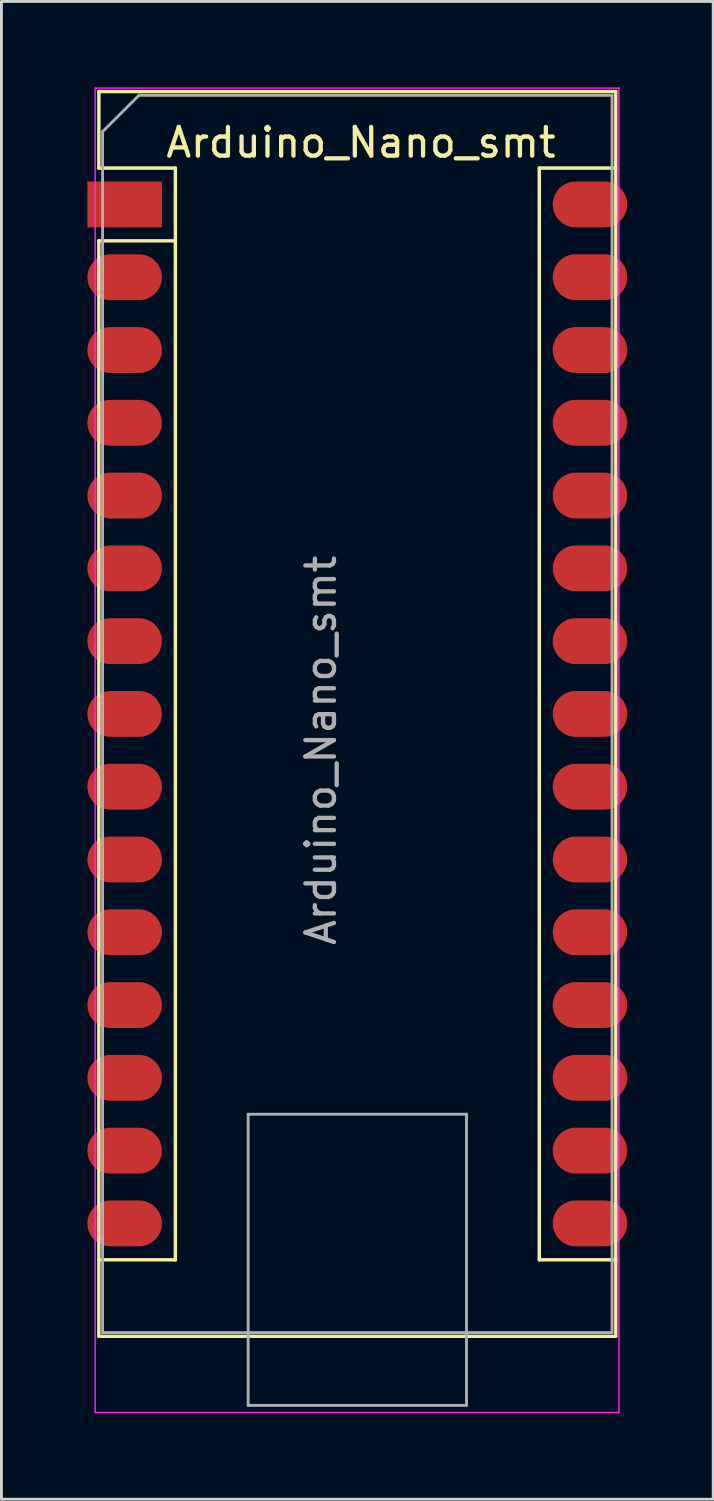
<source format=kicad_pcb>
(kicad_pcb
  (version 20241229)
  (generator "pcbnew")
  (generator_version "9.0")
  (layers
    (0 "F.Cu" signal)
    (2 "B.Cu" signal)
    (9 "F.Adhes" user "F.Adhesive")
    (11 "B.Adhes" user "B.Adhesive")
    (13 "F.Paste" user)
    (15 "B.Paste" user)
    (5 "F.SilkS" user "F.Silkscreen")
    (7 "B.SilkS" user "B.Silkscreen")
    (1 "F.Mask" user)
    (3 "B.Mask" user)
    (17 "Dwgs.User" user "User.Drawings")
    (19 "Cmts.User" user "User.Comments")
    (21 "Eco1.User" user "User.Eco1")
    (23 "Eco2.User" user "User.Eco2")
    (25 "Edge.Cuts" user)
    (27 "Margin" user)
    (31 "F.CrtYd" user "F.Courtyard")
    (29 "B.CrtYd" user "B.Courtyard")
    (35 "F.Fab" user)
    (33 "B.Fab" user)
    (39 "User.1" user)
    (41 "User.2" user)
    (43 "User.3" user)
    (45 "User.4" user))
  (footprint "Arduino_Nano_smt"
    (layer "F.Cu")
    (at 1.8 4.085)
    (property "Reference" "Arduino_Nano_smt" (at 7.747 -2.159 0) (layer "F.SilkS") (effects (font (size 1 1) (thickness 0.15))))
    (attr through_hole)
    (fp_line (start -1.4 -3.94) (end -1.4 -1.27) (stroke (width 0.12) (type solid)) (layer "F.SilkS"))
    (fp_line (start -1.4 1.27) (end -1.4 39.5) (stroke (width 0.12) (type solid)) (layer "F.SilkS"))
    (fp_line (start -1.4 39.5) (end 16.64 39.5) (stroke (width 0.12) (type solid)) (layer "F.SilkS"))
    (fp_line (start 1.27 -1.27) (end -1.4 -1.27) (stroke (width 0.12) (type solid)) (layer "F.SilkS"))
    (fp_line (start 1.27 1.27) (end -1.4 1.27) (stroke (width 0.12) (type solid)) (layer "F.SilkS"))
    (fp_line (start 1.27 1.27) (end 1.27 -1.27) (stroke (width 0.12) (type solid)) (layer "F.SilkS"))
    (fp_line (start 1.27 1.27) (end 1.27 36.83) (stroke (width 0.12) (type solid)) (layer "F.SilkS"))
    (fp_line (start 1.27 36.83) (end -1.4 36.83) (stroke (width 0.12) (type solid)) (layer "F.SilkS"))
    (fp_line (start 13.97 -1.27) (end 13.97 36.83) (stroke (width 0.12) (type solid)) (layer "F.SilkS"))
    (fp_line (start 13.97 -1.27) (end 16.64 -1.27) (stroke (width 0.12) (type solid)) (layer "F.SilkS"))
    (fp_line (start 13.97 36.83) (end 16.64 36.83) (stroke (width 0.12) (type solid)) (layer "F.SilkS"))
    (fp_line (start 16.64 -3.94) (end -1.4 -3.94) (stroke (width 0.12) (type solid)) (layer "F.SilkS"))
    (fp_line (start 16.64 39.5) (end 16.64 -3.94) (stroke (width 0.12) (type solid)) (layer "F.SilkS"))
    (fp_line (start -1.53 -4.06) (end -1.53 42.16) (stroke (width 0.05) (type solid)) (layer "F.CrtYd"))
    (fp_line (start -1.53 -4.06) (end 16.75 -4.06) (stroke (width 0.05) (type solid)) (layer "F.CrtYd"))
    (fp_line (start 16.75 42.16) (end -1.53 42.16) (stroke (width 0.05) (type solid)) (layer "F.CrtYd"))
    (fp_line (start 16.75 42.16) (end 16.75 -4.06) (stroke (width 0.05) (type solid)) (layer "F.CrtYd"))
    (fp_line (start -1.27 -2.54) (end 0 -3.81) (stroke (width 0.1) (type solid)) (layer "F.Fab"))
    (fp_line (start -1.27 39.37) (end -1.27 -2.54) (stroke (width 0.1) (type solid)) (layer "F.Fab"))
    (fp_line (start 0 -3.81) (end 16.51 -3.81) (stroke (width 0.1) (type solid)) (layer "F.Fab"))
    (fp_line (start 3.81 31.75) (end 11.43 31.75) (stroke (width 0.1) (type solid)) (layer "F.Fab"))
    (fp_line (start 3.81 41.91) (end 3.81 31.75) (stroke (width 0.1) (type solid)) (layer "F.Fab"))
    (fp_line (start 11.43 31.75) (end 11.43 41.91) (stroke (width 0.1) (type solid)) (layer "F.Fab"))
    (fp_line (start 11.43 41.91) (end 3.81 41.91) (stroke (width 0.1) (type solid)) (layer "F.Fab"))
    (fp_line (start 16.51 -3.81) (end 16.51 39.37) (stroke (width 0.1) (type solid)) (layer "F.Fab"))
    (fp_line (start 16.51 39.37) (end -1.27 39.37) (stroke (width 0.1) (type solid)) (layer "F.Fab"))
    (fp_text user "${REFERENCE}" (at 6.35 19.05 270) (layer "F.Fab") (effects (font (size 1 1) (thickness 0.15))))
    (pad "1" smd rect (at 0 0) (size 2.6 1.6) (drill (offset -0.5 0)) (layers "F.Cu" "F.Mask" "F.Paste"))
    (pad "2" smd oval (at 0 2.54) (size 2.6 1.6) (drill (offset -0.5 0)) (layers "F.Cu" "F.Mask" "F.Paste"))
    (pad "3" smd oval (at 0 5.08) (size 2.6 1.6) (drill (offset -0.5 0)) (layers "F.Cu" "F.Mask" "F.Paste"))
    (pad "4" smd oval (at 0 7.62) (size 2.6 1.6) (drill (offset -0.5 0)) (layers "F.Cu" "F.Mask" "F.Paste"))
    (pad "5" smd oval (at 0 10.16) (size 2.6 1.6) (drill (offset -0.5 0)) (layers "F.Cu" "F.Mask" "F.Paste"))
    (pad "6" smd oval (at 0 12.7) (size 2.6 1.6) (drill (offset -0.5 0)) (layers "F.Cu" "F.Mask" "F.Paste"))
    (pad "7" smd oval (at 0 15.24) (size 2.6 1.6) (drill (offset -0.5 0)) (layers "F.Cu" "F.Mask" "F.Paste"))
    (pad "8" smd oval (at 0 17.78) (size 2.6 1.6) (drill (offset -0.5 0)) (layers "F.Cu" "F.Mask" "F.Paste"))
    (pad "9" smd oval (at 0 20.32) (size 2.6 1.6) (drill (offset -0.5 0)) (layers "F.Cu" "F.Mask" "F.Paste"))
    (pad "10" smd oval (at 0 22.86) (size 2.6 1.6) (drill (offset -0.5 0)) (layers "F.Cu" "F.Mask" "F.Paste"))
    (pad "11" smd oval (at 0 25.4) (size 2.6 1.6) (drill (offset -0.5 0)) (layers "F.Cu" "F.Mask" "F.Paste"))
    (pad "12" smd oval (at 0 27.94) (size 2.6 1.6) (drill (offset -0.5 0)) (layers "F.Cu" "F.Mask" "F.Paste"))
    (pad "13" smd oval (at 0 30.48) (size 2.6 1.6) (drill (offset -0.5 0)) (layers "F.Cu" "F.Mask" "F.Paste"))
    (pad "14" smd oval (at 0 33.02) (size 2.6 1.6) (drill (offset -0.5 0)) (layers "F.Cu" "F.Mask" "F.Paste"))
    (pad "15" smd oval (at 0 35.56) (size 2.6 1.6) (drill (offset -0.5 0)) (layers "F.Cu" "F.Mask" "F.Paste"))
    (pad "16" smd oval (at 15.24 35.56) (size 2.6 1.6) (drill (offset 0.5 0)) (layers "F.Cu" "F.Mask" "F.Paste"))
    (pad "17" smd oval (at 15.24 33.02) (size 2.6 1.6) (drill (offset 0.5 0)) (layers "F.Cu" "F.Mask" "F.Paste"))
    (pad "18" smd oval (at 15.24 30.48) (size 2.6 1.6) (drill (offset 0.5 0)) (layers "F.Cu" "F.Mask" "F.Paste"))
    (pad "19" smd oval (at 15.24 27.94) (size 2.6 1.6) (drill (offset 0.5 0)) (layers "F.Cu" "F.Mask" "F.Paste"))
    (pad "20" smd oval (at 15.24 25.4) (size 2.6 1.6) (drill (offset 0.5 0)) (layers "F.Cu" "F.Mask" "F.Paste"))
    (pad "21" smd oval (at 15.24 22.86) (size 2.6 1.6) (drill (offset 0.5 0)) (layers "F.Cu" "F.Mask" "F.Paste"))
    (pad "22" smd oval (at 15.24 20.32) (size 2.6 1.6) (drill (offset 0.5 0)) (layers "F.Cu" "F.Mask" "F.Paste"))
    (pad "23" smd oval (at 15.24 17.78) (size 2.6 1.6) (drill (offset 0.5 0)) (layers "F.Cu" "F.Mask" "F.Paste"))
    (pad "24" smd oval (at 15.24 15.24) (size 2.6 1.6) (drill (offset 0.5 0)) (layers "F.Cu" "F.Mask" "F.Paste"))
    (pad "25" smd oval (at 15.24 12.7) (size 2.6 1.6) (drill (offset 0.5 0)) (layers "F.Cu" "F.Mask" "F.Paste"))
    (pad "26" smd oval (at 15.24 10.16) (size 2.6 1.6) (drill (offset 0.5 0)) (layers "F.Cu" "F.Mask" "F.Paste"))
    (pad "27" smd oval (at 15.24 7.62) (size 2.6 1.6) (drill (offset 0.5 0)) (layers "F.Cu" "F.Mask" "F.Paste"))
    (pad "28" smd oval (at 15.24 5.08) (size 2.6 1.6) (drill (offset 0.5 0)) (layers "F.Cu" "F.Mask" "F.Paste"))
    (pad "29" smd oval (at 15.24 2.54) (size 2.6 1.6) (drill (offset 0.5 0)) (layers "F.Cu" "F.Mask" "F.Paste"))
    (pad "30" smd oval (at 15.24 0) (size 2.6 1.6) (drill (offset 0.5 0)) (layers "F.Cu" "F.Mask" "F.Paste")))
  (gr_rect
    (start -3 -3)
    (end 21.84 49.27)
    (stroke (width 0.1) (type default))
    (fill no)
    (layer "Edge.Cuts")))
</source>
